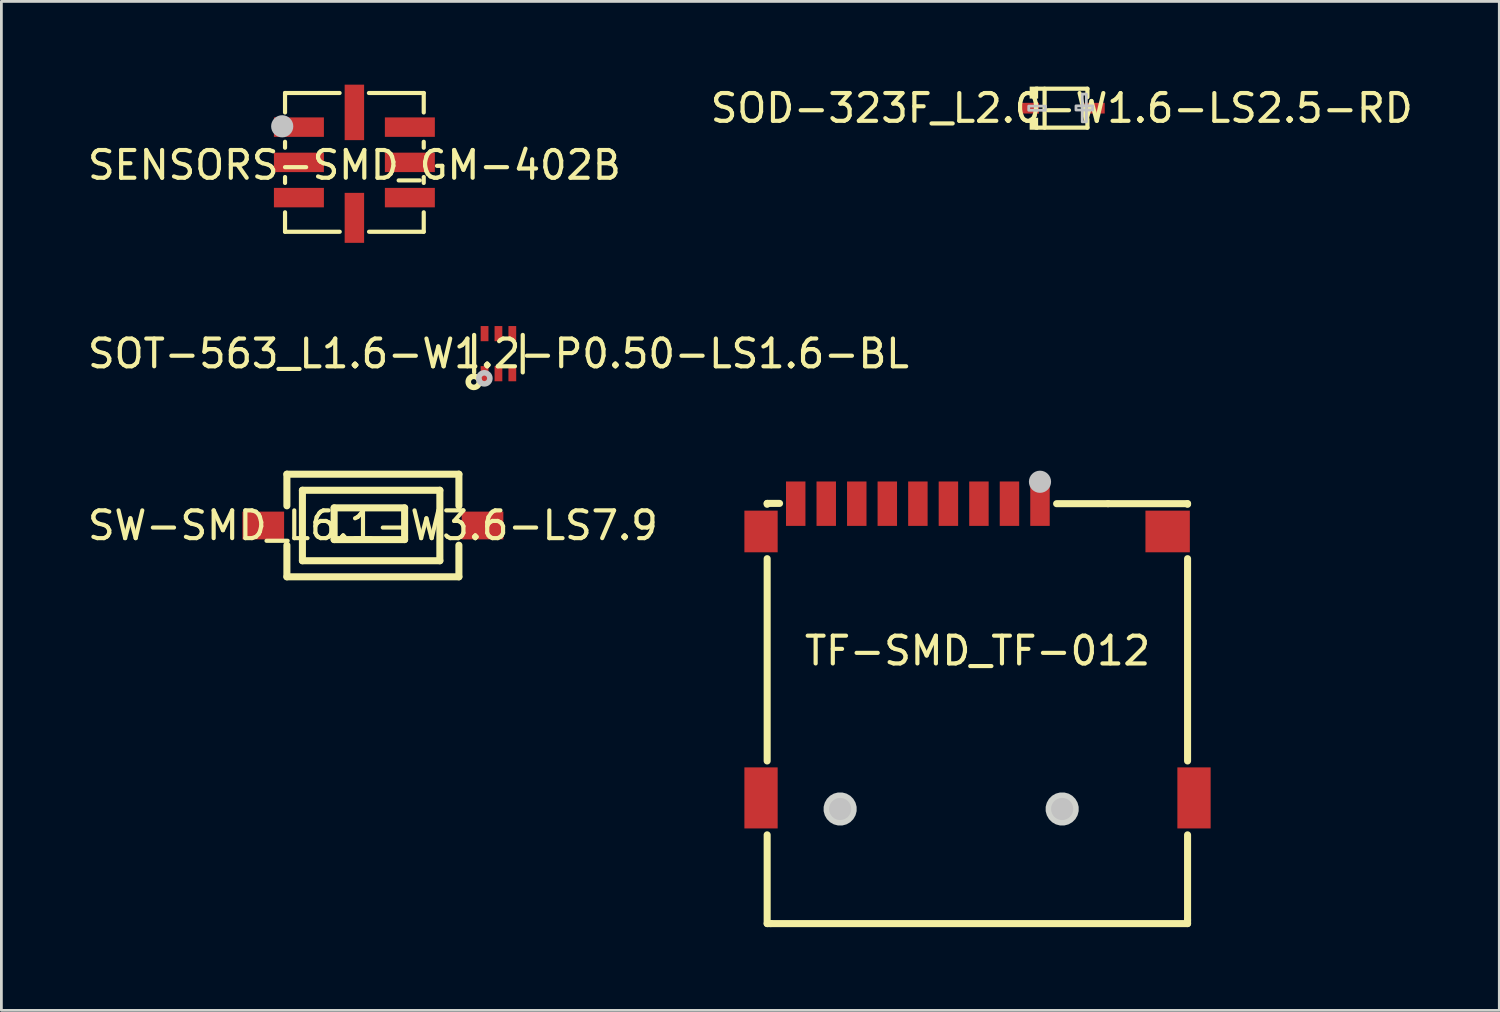
<source format=kicad_pcb>
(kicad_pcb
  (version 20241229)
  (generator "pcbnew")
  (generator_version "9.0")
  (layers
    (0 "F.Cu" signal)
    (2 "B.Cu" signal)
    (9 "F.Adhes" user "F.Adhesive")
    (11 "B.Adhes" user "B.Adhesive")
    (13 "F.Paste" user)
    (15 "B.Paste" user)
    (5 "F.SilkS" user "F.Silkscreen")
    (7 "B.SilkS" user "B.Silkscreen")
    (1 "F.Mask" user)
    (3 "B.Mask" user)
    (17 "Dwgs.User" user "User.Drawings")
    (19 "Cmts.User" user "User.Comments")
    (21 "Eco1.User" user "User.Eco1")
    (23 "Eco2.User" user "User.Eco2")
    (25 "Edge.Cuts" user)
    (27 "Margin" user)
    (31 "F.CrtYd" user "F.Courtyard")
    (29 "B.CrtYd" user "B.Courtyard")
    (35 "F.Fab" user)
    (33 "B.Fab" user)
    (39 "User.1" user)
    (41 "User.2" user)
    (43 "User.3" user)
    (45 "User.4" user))
  (footprint "SOD-323F_L2.0-W1.6-LS2.5-RD"
    (layer "F.Cu")
    (at 35.208 0.848)
    (property "Reference" "SOD-323F_L2.0-W1.6-LS2.5-RD" (at 0 0 0) (layer "F.SilkS") (effects (font (size 1 1) (thickness 0.15))))
    (fp_line (start -0.926 -0.701) (end 0.926 -0.701) (stroke (width 0.152) (type default)) (layer "F.SilkS"))
    (fp_line (start -0.926 0.701) (end 0.926 0.701) (stroke (width 0.152) (type default)) (layer "F.SilkS"))
    (fp_line (start -0.617 -0.701) (end -0.617 0.701) (stroke (width 0.152) (type default)) (layer "F.SilkS"))
    (fp_line (start 0.926 -0.701) (end 0.926 -0.396) (stroke (width 0.152) (type default)) (layer "F.SilkS"))
    (fp_line (start 0.926 0.701) (end 0.926 0.396) (stroke (width 0.152) (type default)) (layer "F.SilkS"))
    (fp_poly (pts (xy -0.85 -0.777) (xy -0.85 -0.345) (xy -1.155 -0.345) (xy -1.155 -0.777)) (stroke (width 0) (type default)) (fill yes) (layer "F.SilkS"))
    (fp_poly (pts (xy -0.85 0.777) (xy -0.85 0.345) (xy -1.155 0.345) (xy -1.155 0.777)) (stroke (width 0) (type default)) (fill yes) (layer "F.SilkS"))
    (fp_poly (pts (xy -1.189 -0.075) (xy -1.189 0.075) (xy -0.589 0.075) (xy -0.589 -0.075)) (stroke (width 0.1) (type default)) (fill no) (layer "Dwgs.User"))
    (fp_poly (pts (xy 0.889 -0.508) (xy 0.889 0.492) (xy 0.739 0.492) (xy 0.739 -0.508)) (stroke (width 0.1) (type default)) (fill no) (layer "Dwgs.User"))
    (fp_poly (pts (xy 1.114 -0.083) (xy 1.114 0.067) (xy 0.514 0.067) (xy 0.514 -0.083)) (stroke (width 0.1) (type default)) (fill no) (layer "Dwgs.User"))
    (fp_poly (pts (xy -1.25 0.163) (xy -1.25 -0.163) (xy -0.85 -0.163) (xy -0.85 0.163)) (stroke (width 0.1) (type default)) (fill no) (layer "User.1"))
    (fp_poly (pts (xy 1.25 0.163) (xy 1.25 -0.163) (xy 0.85 -0.163) (xy 0.85 0.163)) (stroke (width 0.1) (type default)) (fill no) (layer "User.1"))
    (fp_line (start -0.85 -0.625) (end 0.85 -0.625) (stroke (width 0.051) (type default)) (layer "User.2"))
    (fp_line (start -0.85 0.625) (end -0.85 -0.625) (stroke (width 0.051) (type default)) (layer "User.2"))
    (fp_line (start 0.85 -0.625) (end 0.85 0.625) (stroke (width 0.051) (type default)) (layer "User.2"))
    (fp_line (start 0.85 0.625) (end -0.85 0.625) (stroke (width 0.051) (type default)) (layer "User.2"))
    (fp_poly (pts (xy -1.195 0.602) (xy -1.227 0.57) (xy -1.273 0.57) (xy -1.305 0.602) (xy -1.305 0.648) (xy -1.273 0.68) (xy -1.227 0.68) (xy -1.195 0.648)) (stroke (width 0.1) (type default)) (fill no) (layer "User.3"))
    (pad "1" smd rect (at -1.185 0 180) (size 0.73 0.385) (layers "F.Cu" "F.Mask" "F.Paste"))
    (pad "2" smd rect (at 1.185 0 180) (size 0.73 0.385) (layers "F.Cu" "F.Mask" "F.Paste")))
  (footprint "TF-SMD_TF-012"
    (layer "F.Cu")
    (at 32.174 20.401)
    (property "Reference" "TF-SMD_TF-012" (at 0 0 0) (layer "F.SilkS") (effects (font (size 1 1) (thickness 0.15))))
    (fp_line (start -7.58 -5.311) (end -7.133 -5.311) (stroke (width 0.254) (type default)) (layer "F.SilkS"))
    (fp_line (start -7.58 -5.28) (end -7.58 -5.311) (stroke (width 0.254) (type default)) (layer "F.SilkS"))
    (fp_line (start -7.58 3.97) (end -7.58 -3.32) (stroke (width 0.254) (type default)) (layer "F.SilkS"))
    (fp_line (start -7.58 9.83) (end -7.58 6.632) (stroke (width 0.254) (type default)) (layer "F.SilkS"))
    (fp_line (start -7.45 9.83) (end -7.58 9.83) (stroke (width 0.254) (type default)) (layer "F.SilkS"))
    (fp_line (start 4.702 -5.301) (end 2.85 -5.301) (stroke (width 0.254) (type default)) (layer "F.SilkS"))
    (fp_line (start 4.702 -5.301) (end 7.569 -5.301) (stroke (width 0.254) (type default)) (layer "F.SilkS"))
    (fp_line (start 7.569 -5.301) (end 7.569 -5.28) (stroke (width 0.254) (type default)) (layer "F.SilkS"))
    (fp_line (start 7.569 -3.32) (end 7.569 3.97) (stroke (width 0.254) (type default)) (layer "F.SilkS"))
    (fp_line (start 7.569 6.632) (end 7.569 9.7) (stroke (width 0.254) (type default)) (layer "F.SilkS"))
    (fp_line (start 7.569 9.7) (end 7.569 9.83) (stroke (width 0.254) (type default)) (layer "F.SilkS"))
    (fp_line (start 7.569 9.83) (end -7.45 9.83) (stroke (width 0.254) (type default)) (layer "F.SilkS"))
    (fp_circle (center -4.95 5.7) (end -4.75 5.7) (stroke (width 0.399) (type default)) (fill no) (layer "Dwgs.User"))
    (fp_circle (center 2.251 -6.091) (end 2.451 -6.091) (stroke (width 0.399) (type default)) (fill no) (layer "Dwgs.User"))
    (fp_circle (center 3.05 5.7) (end 3.251 5.7) (stroke (width 0.399) (type default)) (fill no) (layer "Dwgs.User"))
    (fp_poly (pts (xy -4.356 5.622) (xy -4.397 5.471) (xy -4.475 5.335) (xy -4.586 5.224) (xy -4.721 5.146) (xy -4.872 5.106) (xy -5.029 5.106) (xy -5.18 5.146) (xy -5.315 5.224) (xy -5.426 5.335) (xy -5.504 5.471) (xy -5.545 5.622) (xy -5.545 5.778) (xy -5.504 5.929) (xy -5.426 6.065) (xy -5.315 6.176) (xy -5.18 6.254) (xy -5.029 6.294) (xy -4.872 6.294) (xy -4.721 6.254) (xy -4.586 6.176) (xy -4.475 6.065) (xy -4.397 5.929) (xy -4.356 5.778)) (stroke (width 0) (type default)) (fill yes) (layer "Edge.Cuts"))
    (fp_poly (pts (xy 3.645 5.622) (xy 3.604 5.471) (xy 3.526 5.335) (xy 3.415 5.224) (xy 3.28 5.146) (xy 3.129 5.106) (xy 2.972 5.106) (xy 2.821 5.146) (xy 2.686 5.224) (xy 2.575 5.335) (xy 2.497 5.471) (xy 2.456 5.622) (xy 2.456 5.778) (xy 2.497 5.929) (xy 2.575 6.065) (xy 2.686 6.176) (xy 2.821 6.254) (xy 2.972 6.294) (xy 3.129 6.294) (xy 3.28 6.254) (xy 3.415 6.176) (xy 3.526 6.065) (xy 3.604 5.929) (xy 3.645 5.778)) (stroke (width 0) (type default)) (fill yes) (layer "Edge.Cuts"))
    (fp_poly (pts (xy -8.075 -4.801) (xy -7.274 -4.801) (xy -7.274 -3.8) (xy -8.075 -3.8)) (stroke (width 0.1) (type default)) (fill no) (layer "User.1"))
    (fp_poly (pts (xy -8.075 4.501) (xy -7.274 4.501) (xy -7.274 6.101) (xy -8.075 6.101)) (stroke (width 0.1) (type default)) (fill no) (layer "User.1"))
    (fp_poly (pts (xy -6.7 -5.349) (xy -6.401 -5.349) (xy -6.401 -4.651) (xy -6.7 -4.651)) (stroke (width 0.1) (type default)) (fill no) (layer "User.1"))
    (fp_poly (pts (xy -5.601 -5.349) (xy -5.301 -5.349) (xy -5.301 -4.651) (xy -5.601 -4.651)) (stroke (width 0.1) (type default)) (fill no) (layer "User.1"))
    (fp_poly (pts (xy -4.501 -5.349) (xy -4.201 -5.349) (xy -4.201 -4.651) (xy -4.501 -4.651)) (stroke (width 0.1) (type default)) (fill no) (layer "User.1"))
    (fp_poly (pts (xy -3.401 -5.349) (xy -3.099 -5.349) (xy -3.099 -4.651) (xy -3.401 -4.651)) (stroke (width 0.1) (type default)) (fill no) (layer "User.1"))
    (fp_poly (pts (xy -2.301 -5.349) (xy -1.999 -5.349) (xy -1.999 -4.651) (xy -2.301 -4.651)) (stroke (width 0.1) (type default)) (fill no) (layer "User.1"))
    (fp_poly (pts (xy -1.202 -5.349) (xy -0.899 -5.349) (xy -0.899 -4.651) (xy -1.202 -4.651)) (stroke (width 0.1) (type default)) (fill no) (layer "User.1"))
    (fp_poly (pts (xy -0.099 -5.349) (xy 0.201 -5.349) (xy 0.201 -4.651) (xy -0.099 -4.651)) (stroke (width 0.1) (type default)) (fill no) (layer "User.1"))
    (fp_poly (pts (xy 1.001 -5.349) (xy 1.3 -5.349) (xy 1.3 -4.651) (xy 1.001 -4.651)) (stroke (width 0.1) (type default)) (fill no) (layer "User.1"))
    (fp_poly (pts (xy 2.1 -5.349) (xy 2.401 -5.349) (xy 2.401 -4.651) (xy 2.1 -4.651)) (stroke (width 0.1) (type default)) (fill no) (layer "User.1"))
    (fp_poly (pts (xy 6.576 -3.8) (xy 6.576 -4.801) (xy 7.373 -4.801) (xy 7.373 -3.8)) (stroke (width 0.1) (type default)) (fill no) (layer "User.1"))
    (fp_poly (pts (xy 7.274 4.501) (xy 8.075 4.501) (xy 8.075 6.101) (xy 7.274 6.101)) (stroke (width 0.1) (type default)) (fill no) (layer "User.1"))
    (fp_line (start -7.376 -4.801) (end 7.373 -4.801) (stroke (width 0.051) (type default)) (layer "User.2"))
    (fp_line (start -7.376 9.7) (end -7.376 -4.801) (stroke (width 0.051) (type default)) (layer "User.2"))
    (fp_line (start 7.373 -4.801) (end 7.373 9.7) (stroke (width 0.051) (type default)) (layer "User.2"))
    (fp_line (start 7.373 9.7) (end -7.376 9.7) (stroke (width 0.051) (type default)) (layer "User.2"))
    (fp_poly (pts (xy 8.131 -5.372) (xy 8.098 -5.405) (xy 8.051 -5.405) (xy 8.018 -5.372) (xy 8.018 -5.326) (xy 8.051 -5.293) (xy 8.098 -5.293) (xy 8.131 -5.326)) (stroke (width 0.1) (type default)) (fill no) (layer "User.3"))
    (pad "1" smd rect (at 2.251 -5.301) (size 0.701 1.6) (layers "F.Cu" "F.Mask" "F.Paste"))
    (pad "2" smd rect (at 1.151 -5.301) (size 0.701 1.6) (layers "F.Cu" "F.Mask" "F.Paste"))
    (pad "3" smd rect (at 0.051 -5.301) (size 0.701 1.6) (layers "F.Cu" "F.Mask" "F.Paste"))
    (pad "4" smd rect (at -1.049 -5.301) (size 0.701 1.6) (layers "F.Cu" "F.Mask" "F.Paste"))
    (pad "5" smd rect (at -2.149 -5.301) (size 0.701 1.6) (layers "F.Cu" "F.Mask" "F.Paste"))
    (pad "6" smd rect (at -3.251 -5.301) (size 0.701 1.6) (layers "F.Cu" "F.Mask" "F.Paste"))
    (pad "7" smd rect (at -4.351 -5.301) (size 0.701 1.6) (layers "F.Cu" "F.Mask" "F.Paste"))
    (pad "8" smd rect (at -5.451 -5.301) (size 0.701 1.6) (layers "F.Cu" "F.Mask" "F.Paste"))
    (pad "10" smd rect (at -7.801 -4.3) (size 1.199 1.501) (layers "F.Cu" "F.Mask" "F.Paste"))
    (pad "11" smd rect (at -7.801 5.301) (size 1.199 2.2) (layers "F.Cu" "F.Mask" "F.Paste"))
    (pad "12" smd rect (at 7.801 5.301) (size 1.199 2.2) (layers "F.Cu" "F.Mask" "F.Paste"))
    (pad "13" smd rect (at 6.851 -4.3) (size 1.6 1.501) (layers "F.Cu" "F.Mask" "F.Paste"))
    (pad "CD" smd rect (at -6.551 -5.301) (size 0.701 1.6) (layers "F.Cu" "F.Mask" "F.Paste")))
  (footprint "SENSORS-SMD_GM-402B"
    (layer "F.Cu")
    (at 9.72 2.9)
    (property "Reference" "SENSORS-SMD_GM-402B" (at 0 0 0) (layer "F.SilkS") (effects (font (size 1 1) (thickness 0.15))))
    (fp_line (start -2.499 -2.599) (end -0.533 -2.599) (stroke (width 0.15) (type default)) (layer "F.SilkS"))
    (fp_line (start -2.499 -2.519) (end -2.499 -2.599) (stroke (width 0.15) (type default)) (layer "F.SilkS"))
    (fp_line (start -2.499 -1.897) (end -2.499 -2.519) (stroke (width 0.15) (type default)) (layer "F.SilkS"))
    (fp_line (start -2.499 -0.627) (end -2.499 -0.841) (stroke (width 0.15) (type default)) (layer "F.SilkS"))
    (fp_line (start -2.499 0.642) (end -2.499 0.429) (stroke (width 0.15) (type default)) (layer "F.SilkS"))
    (fp_line (start -2.499 2.401) (end -2.499 1.7) (stroke (width 0.15) (type default)) (layer "F.SilkS"))
    (fp_line (start -0.528 2.401) (end -2.499 2.401) (stroke (width 0.15) (type default)) (layer "F.SilkS"))
    (fp_line (start 0.523 -2.599) (end 2.499 -2.599) (stroke (width 0.15) (type default)) (layer "F.SilkS"))
    (fp_line (start 2.499 -2.599) (end 2.499 -1.897) (stroke (width 0.15) (type default)) (layer "F.SilkS"))
    (fp_line (start 2.499 -0.841) (end 2.499 -0.627) (stroke (width 0.15) (type default)) (layer "F.SilkS"))
    (fp_line (start 2.499 0.429) (end 2.499 0.642) (stroke (width 0.15) (type default)) (layer "F.SilkS"))
    (fp_line (start 2.499 1.7) (end 2.499 2.401) (stroke (width 0.15) (type default)) (layer "F.SilkS"))
    (fp_line (start 2.499 2.401) (end 0.528 2.401) (stroke (width 0.15) (type default)) (layer "F.SilkS"))
    (fp_circle (center -2.601 -1.399) (end -2.401 -1.399) (stroke (width 0.399) (type default)) (fill no) (layer "Dwgs.User"))
    (fp_poly (pts (xy -1.3 -1.669) (xy -1.3 -1.069) (xy -2.499 -1.069) (xy -2.499 -1.669)) (stroke (width 0.1) (type default)) (fill no) (layer "User.1"))
    (fp_poly (pts (xy -1.3 -0.399) (xy -1.3 0.201) (xy -2.499 0.201) (xy -2.499 -0.399)) (stroke (width 0.1) (type default)) (fill no) (layer "User.1"))
    (fp_poly (pts (xy -1.3 0.871) (xy -1.3 1.47) (xy -2.499 1.47) (xy -2.499 0.871)) (stroke (width 0.1) (type default)) (fill no) (layer "User.1"))
    (fp_poly (pts (xy 0.299 -0.899) (xy 0.299 -2.601) (xy -0.299 -2.601) (xy -0.299 -1.1)) (stroke (width 0.1) (type default)) (fill no) (layer "User.1"))
    (fp_poly (pts (xy 0.299 2.401) (xy -0.299 2.401) (xy -0.299 1.199) (xy 0.299 1.199)) (stroke (width 0.1) (type default)) (fill no) (layer "User.1"))
    (fp_poly (pts (xy 2.499 -1.669) (xy 2.499 -1.069) (xy 1.3 -1.069) (xy 1.3 -1.669)) (stroke (width 0.1) (type default)) (fill no) (layer "User.1"))
    (fp_poly (pts (xy 2.499 -0.399) (xy 2.499 0.201) (xy 1.3 0.201) (xy 1.3 -0.399)) (stroke (width 0.1) (type default)) (fill no) (layer "User.1"))
    (fp_poly (pts (xy 2.499 0.871) (xy 2.499 1.47) (xy 1.3 1.47) (xy 1.3 0.871)) (stroke (width 0.1) (type default)) (fill no) (layer "User.1"))
    (fp_line (start -2.499 -2.601) (end 2.499 -2.601) (stroke (width 0.051) (type default)) (layer "User.2"))
    (fp_line (start -2.499 2.401) (end -2.499 -2.601) (stroke (width 0.051) (type default)) (layer "User.2"))
    (fp_line (start 2.499 -2.601) (end 2.499 2.401) (stroke (width 0.051) (type default)) (layer "User.2"))
    (fp_line (start 2.499 2.401) (end -2.499 2.401) (stroke (width 0.051) (type default)) (layer "User.2"))
    (fp_poly (pts (xy -2.443 -2.624) (xy -2.476 -2.657) (xy -2.523 -2.657) (xy -2.556 -2.624) (xy -2.556 -2.578) (xy -2.523 -2.545) (xy -2.476 -2.545) (xy -2.443 -2.578)) (stroke (width 0.1) (type default)) (fill no) (layer "User.3"))
    (pad "1" smd rect (at -1.999 -1.369 90) (size 0.701 1.801) (layers "F.Cu" "F.Mask" "F.Paste"))
    (pad "2" smd rect (at -1.999 -0.099 90) (size 0.701 1.801) (layers "F.Cu" "F.Mask" "F.Paste"))
    (pad "3" smd rect (at -1.999 1.171 90) (size 0.701 1.801) (layers "F.Cu" "F.Mask" "F.Paste"))
    (pad "4" smd rect (at 0 1.9 180) (size 0.701 1.801) (layers "F.Cu" "F.Mask" "F.Paste"))
    (pad "5" smd rect (at 1.999 1.171 90) (size 0.701 1.801) (layers "F.Cu" "F.Mask" "F.Paste"))
    (pad "6" smd rect (at 1.999 -0.099 90) (size 0.701 1.801) (layers "F.Cu" "F.Mask" "F.Paste"))
    (pad "7" smd rect (at 1.999 -1.369 90) (size 0.701 1.801) (layers "F.Cu" "F.Mask" "F.Paste"))
    (pad "8" smd rect (at 0 -1.9 180) (size 0.701 1.999) (layers "F.Cu" "F.Mask" "F.Paste")))
  (footprint "SW-SMD_L6.1-W3.6-LS7.9"
    (layer "F.Cu")
    (at 10.387 15.886)
    (property "Reference" "SW-SMD_L6.1-W3.6-LS7.9" (at 0 0 0) (layer "F.SilkS") (effects (font (size 1 1) (thickness 0.15))))
    (fp_line (start -3.099 -1.849) (end -3.099 -0.709) (stroke (width 0.254) (type default)) (layer "F.SilkS"))
    (fp_line (start -3.099 -1.849) (end 3.099 -1.849) (stroke (width 0.254) (type default)) (layer "F.SilkS"))
    (fp_line (start -3.099 0.709) (end -3.099 1.849) (stroke (width 0.254) (type default)) (layer "F.SilkS"))
    (fp_line (start -3.099 1.849) (end 3.099 1.849) (stroke (width 0.254) (type default)) (layer "F.SilkS"))
    (fp_line (start -2.54 -1.27) (end 2.413 -1.27) (stroke (width 0.254) (type default)) (layer "F.SilkS"))
    (fp_line (start -2.54 1.27) (end -2.54 -1.27) (stroke (width 0.254) (type default)) (layer "F.SilkS"))
    (fp_line (start -1.397 -0.635) (end -1.397 0.508) (stroke (width 0.254) (type default)) (layer "F.SilkS"))
    (fp_line (start -1.397 0.508) (end 1.143 0.508) (stroke (width 0.254) (type default)) (layer "F.SilkS"))
    (fp_line (start 1.143 -0.635) (end -1.397 -0.635) (stroke (width 0.254) (type default)) (layer "F.SilkS"))
    (fp_line (start 1.143 0.508) (end 1.143 -0.635) (stroke (width 0.254) (type default)) (layer "F.SilkS"))
    (fp_line (start 2.413 -1.27) (end 2.413 1.27) (stroke (width 0.254) (type default)) (layer "F.SilkS"))
    (fp_line (start 2.413 1.27) (end -2.54 1.27) (stroke (width 0.254) (type default)) (layer "F.SilkS"))
    (fp_line (start 3.099 -0.709) (end 3.099 -1.849) (stroke (width 0.254) (type default)) (layer "F.SilkS"))
    (fp_line (start 3.099 1.849) (end 3.099 0.709) (stroke (width 0.254) (type default)) (layer "F.SilkS"))
    (fp_poly (pts (xy -3.95 0.299) (xy -3.95 -0.299) (xy -3.45 -0.299) (xy -3.45 0.299)) (stroke (width 0.1) (type default)) (fill no) (layer "User.1"))
    (fp_poly (pts (xy -3.459 0.299) (xy -3.459 -0.299) (xy -3.041 -0.299) (xy -3.041 0.299)) (stroke (width 0.1) (type default)) (fill no) (layer "User.1"))
    (fp_poly (pts (xy 3.041 0.299) (xy 3.041 -0.299) (xy 3.459 -0.299) (xy 3.459 0.299)) (stroke (width 0.1) (type default)) (fill no) (layer "User.1"))
    (fp_poly (pts (xy 3.45 0.299) (xy 3.45 -0.299) (xy 3.95 -0.299) (xy 3.95 0.299)) (stroke (width 0.1) (type default)) (fill no) (layer "User.1"))
    (fp_line (start -3.05 -1.801) (end 3.05 -1.801) (stroke (width 0.051) (type default)) (layer "User.2"))
    (fp_line (start -3.05 1.801) (end -3.05 -1.801) (stroke (width 0.051) (type default)) (layer "User.2"))
    (fp_line (start 3.05 -1.801) (end 3.05 1.801) (stroke (width 0.051) (type default)) (layer "User.2"))
    (fp_line (start 3.05 1.801) (end -3.05 1.801) (stroke (width 0.051) (type default)) (layer "User.2"))
    (fp_poly (pts (xy -3.893 1.778) (xy -3.926 1.745) (xy -3.973 1.745) (xy -4.006 1.778) (xy -4.006 1.824) (xy -3.973 1.857) (xy -3.926 1.857) (xy -3.893 1.824)) (stroke (width 0.1) (type default)) (fill no) (layer "User.3"))
    (pad "1" smd rect (at -3.95 0) (size 1.501 1.001) (layers "F.Cu" "F.Mask" "F.Paste"))
    (pad "2" smd rect (at 3.95 0) (size 1.501 1.001) (layers "F.Cu" "F.Mask" "F.Paste")))
  (footprint "SOT-563_L1.6-W1.2-P0.50-LS1.6-BL"
    (layer "F.Cu")
    (at 14.911 9.694)
    (property "Reference" "SOT-563_L1.6-W1.2-P0.50-LS1.6-BL" (at 0 0 0) (layer "F.SilkS") (effects (font (size 1 1) (thickness 0.15))))
    (fp_line (start -0.876 0.675) (end -0.876 -0.675) (stroke (width 0.152) (type default)) (layer "F.SilkS"))
    (fp_line (start 0.876 0.675) (end 0.876 -0.675) (stroke (width 0.152) (type default)) (layer "F.SilkS"))
    (fp_circle (center -0.889 1.016) (end -0.79 1.016) (stroke (width 0.201) (type default)) (fill no) (layer "F.SilkS"))
    (fp_circle (center -0.508 0.889) (end -0.409 0.889) (stroke (width 0.201) (type default)) (fill no) (layer "Dwgs.User"))
    (fp_poly (pts (xy -0.61 -0.592) (xy -0.61 -0.792) (xy -0.391 -0.792) (xy -0.391 -0.592)) (stroke (width 0.1) (type default)) (fill no) (layer "User.1"))
    (fp_poly (pts (xy -0.61 0.795) (xy -0.61 0.595) (xy -0.391 0.595) (xy -0.391 0.795)) (stroke (width 0.1) (type default)) (fill no) (layer "User.1"))
    (fp_poly (pts (xy -0.109 -0.592) (xy -0.109 -0.792) (xy 0.109 -0.792) (xy 0.109 -0.592)) (stroke (width 0.1) (type default)) (fill no) (layer "User.1"))
    (fp_poly (pts (xy -0.109 0.795) (xy -0.109 0.595) (xy 0.109 0.595) (xy 0.109 0.795)) (stroke (width 0.1) (type default)) (fill no) (layer "User.1"))
    (fp_poly (pts (xy 0.391 -0.592) (xy 0.391 -0.792) (xy 0.61 -0.792) (xy 0.61 -0.592)) (stroke (width 0.1) (type default)) (fill no) (layer "User.1"))
    (fp_poly (pts (xy 0.391 0.795) (xy 0.391 0.595) (xy 0.61 0.595) (xy 0.61 0.795)) (stroke (width 0.1) (type default)) (fill no) (layer "User.1"))
    (fp_line (start -0.8 -0.6) (end 0.8 -0.6) (stroke (width 0.051) (type default)) (layer "User.2"))
    (fp_line (start -0.8 0.6) (end -0.8 -0.6) (stroke (width 0.051) (type default)) (layer "User.2"))
    (fp_line (start 0.8 -0.6) (end 0.8 0.6) (stroke (width 0.051) (type default)) (layer "User.2"))
    (fp_line (start 0.8 0.6) (end -0.8 0.6) (stroke (width 0.051) (type default)) (layer "User.2"))
    (fp_poly (pts (xy -0.744 0.772) (xy -0.777 0.739) (xy -0.823 0.739) (xy -0.856 0.772) (xy -0.856 0.818) (xy -0.823 0.851) (xy -0.777 0.851) (xy -0.744 0.818)) (stroke (width 0.1) (type default)) (fill no) (layer "User.3"))
    (pad "1" smd rect (at -0.5 0.722) (size 0.28 0.546) (layers "F.Cu" "F.Mask" "F.Paste"))
    (pad "2" smd rect (at 0 0.722) (size 0.28 0.546) (layers "F.Cu" "F.Mask" "F.Paste"))
    (pad "3" smd rect (at 0.5 0.722) (size 0.28 0.546) (layers "F.Cu" "F.Mask" "F.Paste"))
    (pad "4" smd rect (at 0.5 -0.722) (size 0.28 0.546) (layers "F.Cu" "F.Mask" "F.Paste"))
    (pad "5" smd rect (at 0 -0.722) (size 0.28 0.546) (layers "F.Cu" "F.Mask" "F.Paste"))
    (pad "6" smd rect (at -0.5 -0.722) (size 0.28 0.546) (layers "F.Cu" "F.Mask" "F.Paste")))
  (gr_rect
    (start -3 -3)
    (end 50.976 33.358)
    (stroke (width 0.1) (type default))
    (fill no)
    (layer "Edge.Cuts")))
</source>
